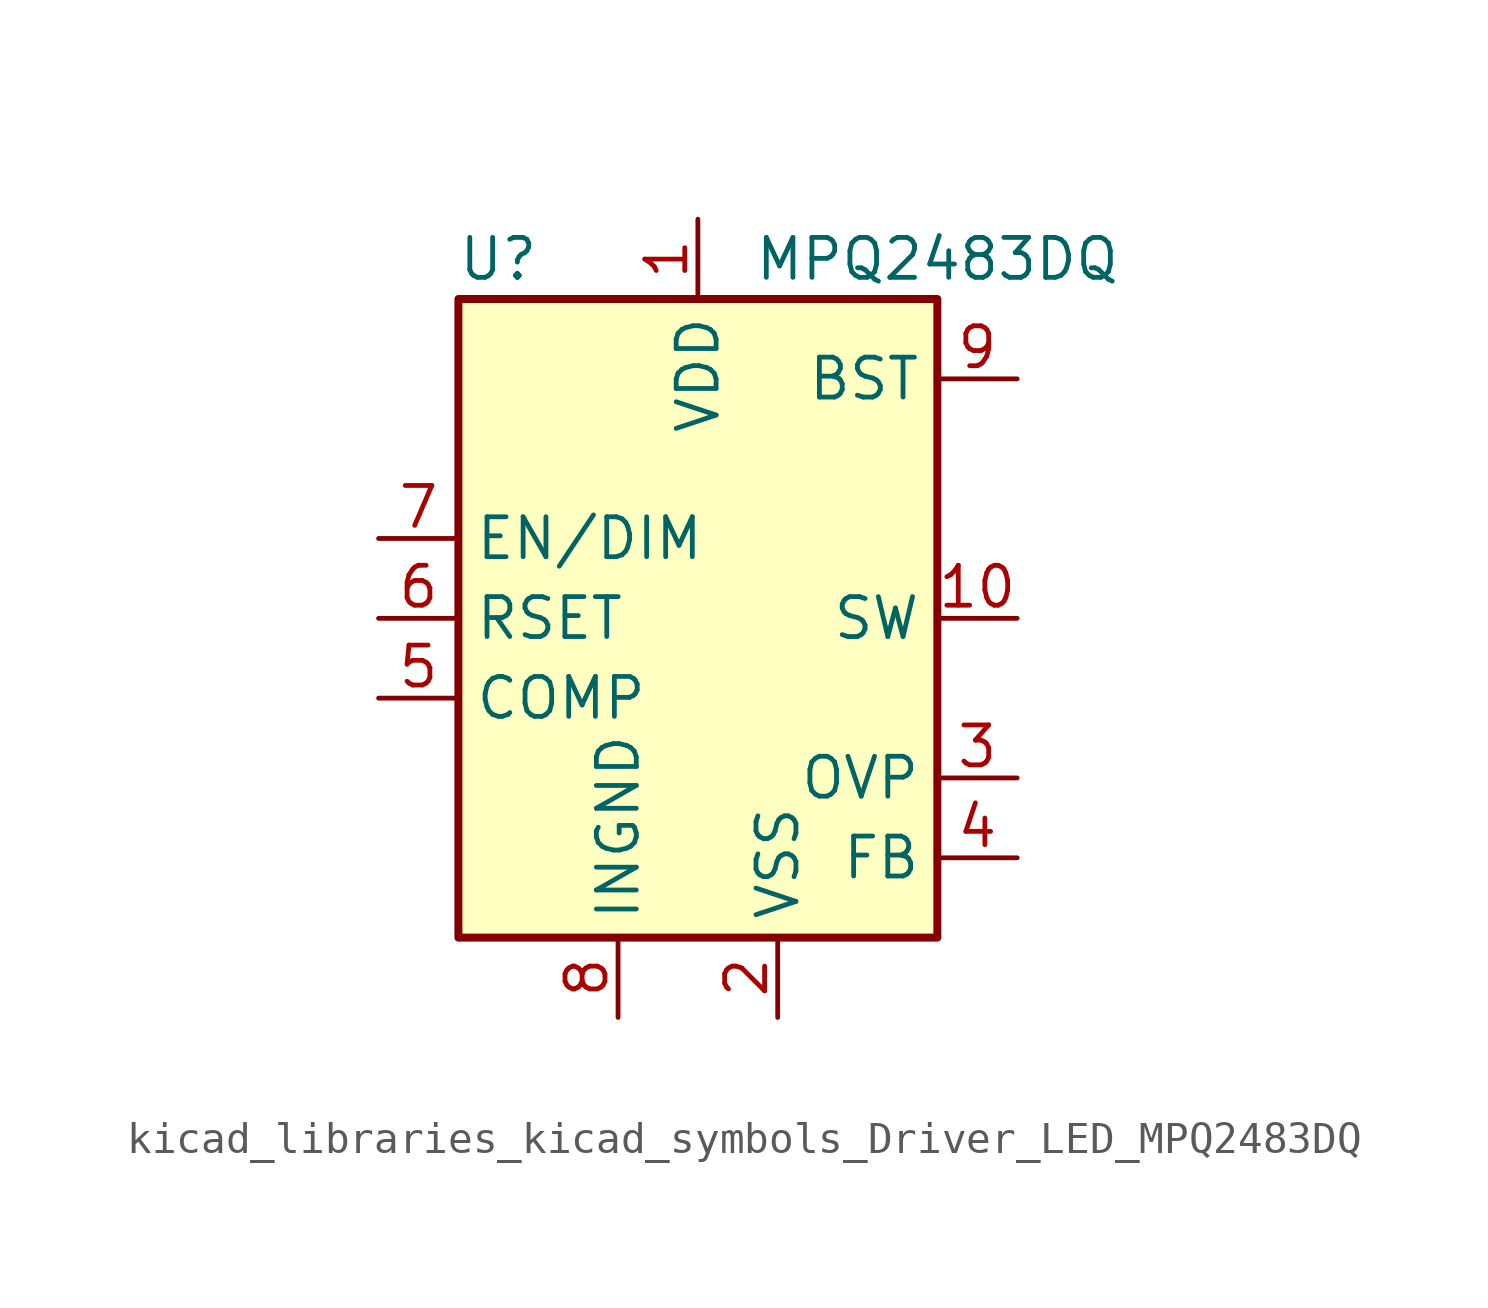
<source format=kicad_sym>
(kicad_symbol_lib
  (version 20220914)
  (generator kicad_symbol_editor)
  (symbol "kicad_libraries_kicad_symbols_Driver_LED_MPQ2483DQ"
    (property "Reference" "U"
      (at -6.35 11.43 0)
      (effects (font (size 1.27 1.27))))
    (property "Value" "MPQ2483DQ"
      (at 7.62 11.43 0)
      (effects (font (size 1.27 1.27))))
    (symbol "kicad_libraries_kicad_symbols_Driver_LED_MPQ2483DQ_0_1"
      (rectangle (start -7.62 10.16) (end 7.62 -10.16) (stroke (width 0.254) (type default)) (fill (type background))))
    (symbol "kicad_libraries_kicad_symbols_Driver_LED_MPQ2483DQ_1_1"
      (pin power_in line (at 0 12.7 270) (length 2.54) (name "VDD" (effects (font (size 1.27 1.27)))) (number "1" (effects (font (size 1.27 1.27)))))
      (pin output line (at 10.16 0 180) (length 2.54) (name "SW" (effects (font (size 1.27 1.27)))) (number "10" (effects (font (size 1.27 1.27)))))
      (pin passive line (at 2.54 -12.7 90) (length 2.54) hide (name "VSS" (effects (font (size 1.27 1.27)))) (number "11" (effects (font (size 1.27 1.27)))))
      (pin power_in line (at 2.54 -12.7 90) (length 2.54) (name "VSS" (effects (font (size 1.27 1.27)))) (number "2" (effects (font (size 1.27 1.27)))))
      (pin input line (at 10.16 -5.08 180) (length 2.54) (name "OVP" (effects (font (size 1.27 1.27)))) (number "3" (effects (font (size 1.27 1.27)))))
      (pin input line (at 10.16 -7.62 180) (length 2.54) (name "FB" (effects (font (size 1.27 1.27)))) (number "4" (effects (font (size 1.27 1.27)))))
      (pin input line (at -10.16 -2.54 0) (length 2.54) (name "COMP" (effects (font (size 1.27 1.27)))) (number "5" (effects (font (size 1.27 1.27)))))
      (pin input line (at -10.16 0 0) (length 2.54) (name "RSET" (effects (font (size 1.27 1.27)))) (number "6" (effects (font (size 1.27 1.27)))))
      (pin input line (at -10.16 2.54 0) (length 2.54) (name "EN/DIM" (effects (font (size 1.27 1.27)))) (number "7" (effects (font (size 1.27 1.27)))))
      (pin power_in line (at -2.54 -12.7 90) (length 2.54) (name "INGND" (effects (font (size 1.27 1.27)))) (number "8" (effects (font (size 1.27 1.27)))))
      (pin output line (at 10.16 7.62 180) (length 2.54) (name "BST" (effects (font (size 1.27 1.27)))) (number "9" (effects (font (size 1.27 1.27))))))))
</source>
